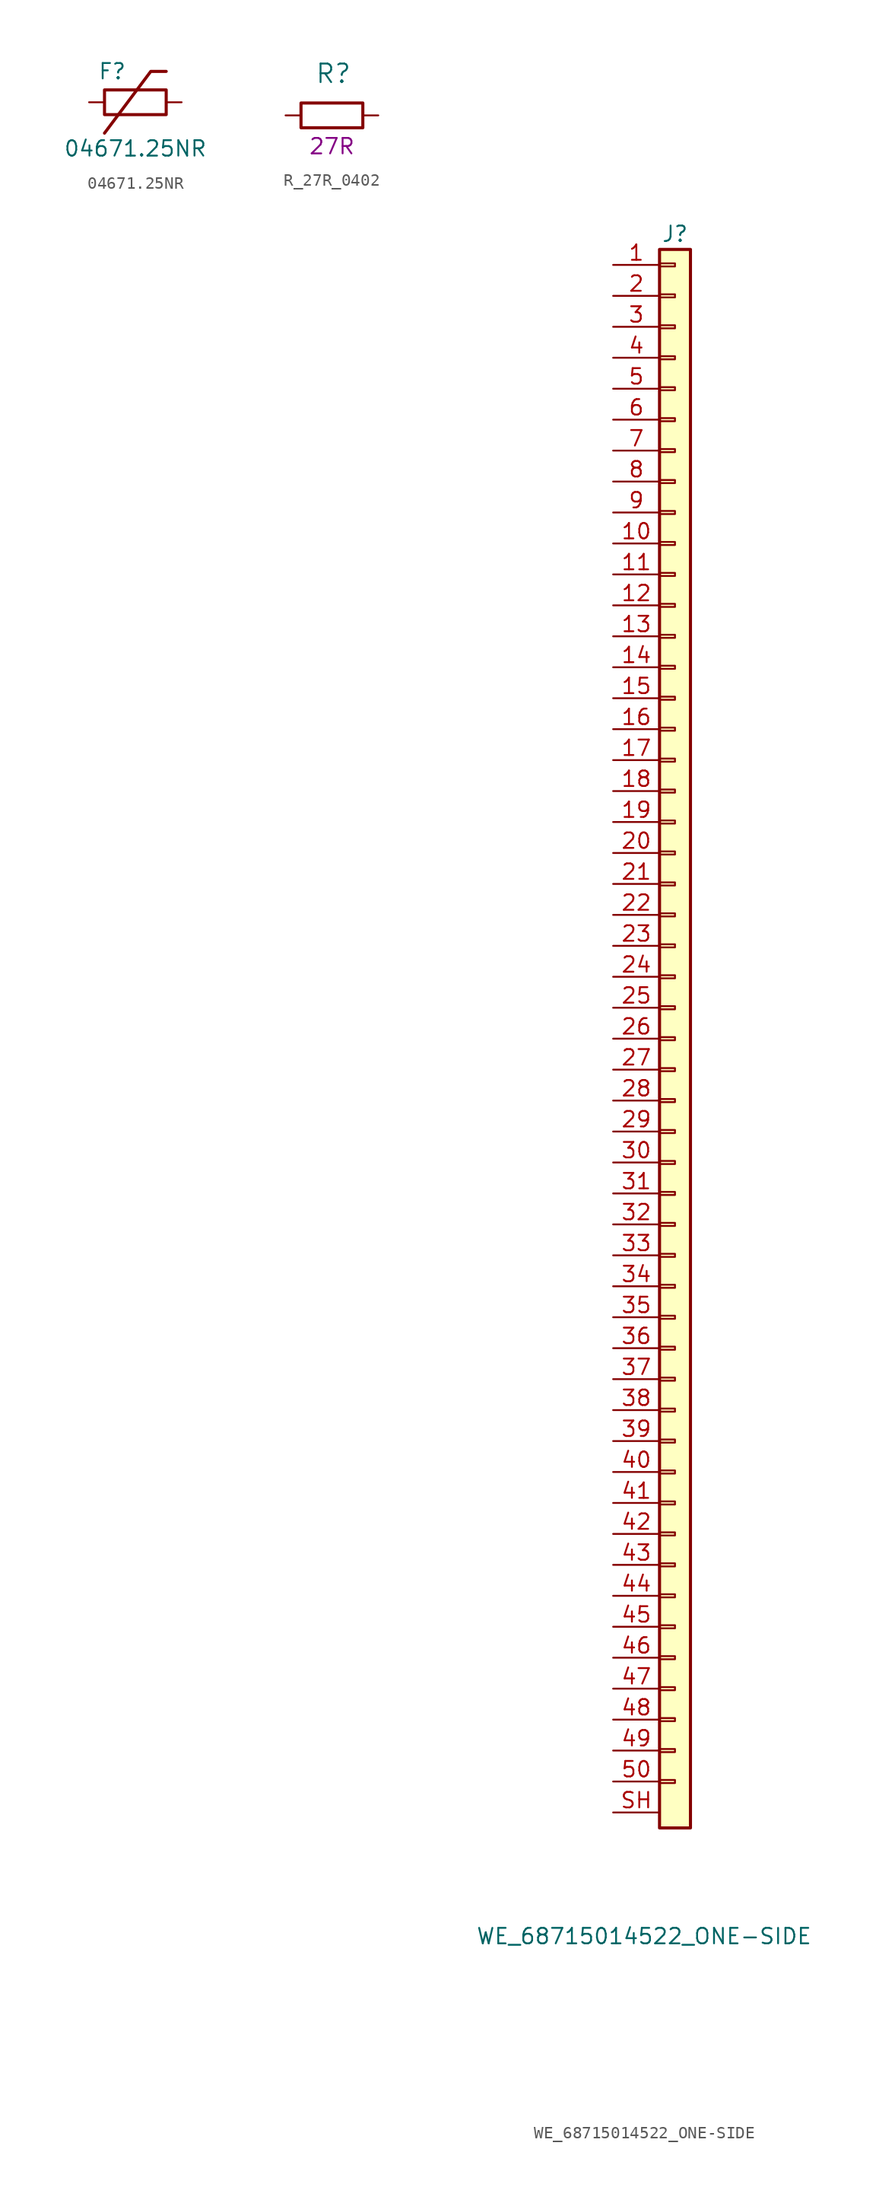
<source format=kicad_sym>
(kicad_symbol_lib
  (version 20211014)
  (generator kicad_symbol_editor)
  (symbol "04671.25NR"
    (pin_names
      (offset 1.016))
    (property "Reference" "F"
      (at -1.905 2.54 0)
      (effects (font (size 1.27 1.27))))
    (property "Value" "04671.25NR"
      (at 0 -3.81 0)
      (effects (font (size 1.27 1.27))))
    (symbol "04671.25NR_0_1"
      (polyline (pts (xy 2.54 2.54) (xy 1.27 2.54) (xy -2.54 -2.54)) (stroke (width 0.254) (type default) (color 0 0 0 0)) (fill (type none))))
    (symbol "04671.25NR_1_1"
      (rectangle (start 2.54 -1.016) (end -2.54 1.016) (stroke (width 0.254) (type default) (color 0 0 0 0)) (fill (type none)))
      (pin passive line (at -3.81 0 0) (length 1.27) (name "~" (effects (font (size 0 0)))) (number "1" (effects (font (size 0 0)))))
      (pin passive line (at 3.81 0 180) (length 1.27) (name "~" (effects (font (size 0 0)))) (number "2" (effects (font (size 0 0)))))))
  (symbol "R_27R_0402"
    (pin_names
      (offset 0))
    (property "Reference" "R"
      (at -1.397 3.429 0)
      (effects (font (size 1.524 1.524)) (justify left)))
    (property "Val" "27R"
      (at 0 -2.54 0)
      (effects (font (size 1.27 1.27))))
    (symbol "R_27R_0402_1_1"
      (rectangle (start 2.54 -1.016) (end -2.54 1.016) (stroke (width 0.254) (type default) (color 0 0 0 0)) (fill (type none)))
      (pin passive line (at -3.81 0 0) (length 1.27) (name "~" (effects (font (size 0 0)))) (number "1" (effects (font (size 0 0)))))
      (pin passive line (at 3.81 0 180) (length 1.27) (name "~" (effects (font (size 0 0)))) (number "2" (effects (font (size 0 0)))))))
  (symbol "WE_68715014522_ONE-SIDE"
    (pin_names
      (offset 1.016) hide)
    (property "Reference" "J"
      (at 0 43.18 0)
      (effects (font (size 1.27 1.27))))
    (property "Value" "WE_68715014522_ONE-SIDE"
      (at -2.54 -96.52 0)
      (effects (font (size 1.27 1.27))))
    (symbol "WE_68715014522_ONE-SIDE_1_1"
      (rectangle (start -1.27 -83.693) (end 0 -83.947) (stroke (width 0.152) (type default) (color 0 0 0 0)) (fill (type none)))
      (rectangle (start -1.27 -81.153) (end 0 -81.407) (stroke (width 0.152) (type default) (color 0 0 0 0)) (fill (type none)))
      (rectangle (start -1.27 -78.613) (end 0 -78.867) (stroke (width 0.152) (type default) (color 0 0 0 0)) (fill (type none)))
      (rectangle (start -1.27 -76.073) (end 0 -76.327) (stroke (width 0.152) (type default) (color 0 0 0 0)) (fill (type none)))
      (rectangle (start -1.27 -73.533) (end 0 -73.787) (stroke (width 0.152) (type default) (color 0 0 0 0)) (fill (type none)))
      (rectangle (start -1.27 -70.993) (end 0 -71.247) (stroke (width 0.152) (type default) (color 0 0 0 0)) (fill (type none)))
      (rectangle (start -1.27 -68.453) (end 0 -68.707) (stroke (width 0.152) (type default) (color 0 0 0 0)) (fill (type none)))
      (rectangle (start -1.27 -65.913) (end 0 -66.167) (stroke (width 0.152) (type default) (color 0 0 0 0)) (fill (type none)))
      (rectangle (start -1.27 -63.373) (end 0 -63.627) (stroke (width 0.152) (type default) (color 0 0 0 0)) (fill (type none)))
      (rectangle (start -1.27 -60.833) (end 0 -61.087) (stroke (width 0.152) (type default) (color 0 0 0 0)) (fill (type none)))
      (rectangle (start -1.27 -58.293) (end 0 -58.547) (stroke (width 0.152) (type default) (color 0 0 0 0)) (fill (type none)))
      (rectangle (start -1.27 -55.753) (end 0 -56.007) (stroke (width 0.152) (type default) (color 0 0 0 0)) (fill (type none)))
      (rectangle (start -1.27 -53.213) (end 0 -53.467) (stroke (width 0.152) (type default) (color 0 0 0 0)) (fill (type none)))
      (rectangle (start -1.27 -50.673) (end 0 -50.927) (stroke (width 0.152) (type default) (color 0 0 0 0)) (fill (type none)))
      (rectangle (start -1.27 -48.133) (end 0 -48.387) (stroke (width 0.152) (type default) (color 0 0 0 0)) (fill (type none)))
      (rectangle (start -1.27 -45.593) (end 0 -45.847) (stroke (width 0.152) (type default) (color 0 0 0 0)) (fill (type none)))
      (rectangle (start -1.27 -43.053) (end 0 -43.307) (stroke (width 0.152) (type default) (color 0 0 0 0)) (fill (type none)))
      (rectangle (start -1.27 -40.513) (end 0 -40.767) (stroke (width 0.152) (type default) (color 0 0 0 0)) (fill (type none)))
      (rectangle (start -1.27 -37.973) (end 0 -38.227) (stroke (width 0.152) (type default) (color 0 0 0 0)) (fill (type none)))
      (rectangle (start -1.27 -35.433) (end 0 -35.687) (stroke (width 0.152) (type default) (color 0 0 0 0)) (fill (type none)))
      (rectangle (start -1.27 -32.893) (end 0 -33.147) (stroke (width 0.152) (type default) (color 0 0 0 0)) (fill (type none)))
      (rectangle (start -1.27 -30.353) (end 0 -30.607) (stroke (width 0.152) (type default) (color 0 0 0 0)) (fill (type none)))
      (rectangle (start -1.27 -27.813) (end 0 -28.067) (stroke (width 0.152) (type default) (color 0 0 0 0)) (fill (type none)))
      (rectangle (start -1.27 -25.273) (end 0 -25.527) (stroke (width 0.152) (type default) (color 0 0 0 0)) (fill (type none)))
      (rectangle (start -1.27 -22.733) (end 0 -22.987) (stroke (width 0.152) (type default) (color 0 0 0 0)) (fill (type none)))
      (rectangle (start -1.27 -20.193) (end 0 -20.447) (stroke (width 0.152) (type default) (color 0 0 0 0)) (fill (type none)))
      (rectangle (start -1.27 -17.653) (end 0 -17.907) (stroke (width 0.152) (type default) (color 0 0 0 0)) (fill (type none)))
      (rectangle (start -1.27 -15.113) (end 0 -15.367) (stroke (width 0.152) (type default) (color 0 0 0 0)) (fill (type none)))
      (rectangle (start -1.27 -12.573) (end 0 -12.827) (stroke (width 0.152) (type default) (color 0 0 0 0)) (fill (type none)))
      (rectangle (start -1.27 -10.033) (end 0 -10.287) (stroke (width 0.152) (type default) (color 0 0 0 0)) (fill (type none)))
      (rectangle (start -1.27 -7.493) (end 0 -7.747) (stroke (width 0.152) (type default) (color 0 0 0 0)) (fill (type none)))
      (rectangle (start -1.27 -4.953) (end 0 -5.207) (stroke (width 0.152) (type default) (color 0 0 0 0)) (fill (type none)))
      (rectangle (start -1.27 -2.413) (end 0 -2.667) (stroke (width 0.152) (type default) (color 0 0 0 0)) (fill (type none)))
      (rectangle (start -1.27 0.127) (end 0 -0.127) (stroke (width 0.152) (type default) (color 0 0 0 0)) (fill (type none)))
      (rectangle (start -1.27 2.667) (end 0 2.413) (stroke (width 0.152) (type default) (color 0 0 0 0)) (fill (type none)))
      (rectangle (start -1.27 5.207) (end 0 4.953) (stroke (width 0.152) (type default) (color 0 0 0 0)) (fill (type none)))
      (rectangle (start -1.27 7.747) (end 0 7.493) (stroke (width 0.152) (type default) (color 0 0 0 0)) (fill (type none)))
      (rectangle (start -1.27 10.287) (end 0 10.033) (stroke (width 0.152) (type default) (color 0 0 0 0)) (fill (type none)))
      (rectangle (start -1.27 12.827) (end 0 12.573) (stroke (width 0.152) (type default) (color 0 0 0 0)) (fill (type none)))
      (rectangle (start -1.27 15.367) (end 0 15.113) (stroke (width 0.152) (type default) (color 0 0 0 0)) (fill (type none)))
      (rectangle (start -1.27 17.907) (end 0 17.653) (stroke (width 0.152) (type default) (color 0 0 0 0)) (fill (type none)))
      (rectangle (start -1.27 20.447) (end 0 20.193) (stroke (width 0.152) (type default) (color 0 0 0 0)) (fill (type none)))
      (rectangle (start -1.27 22.987) (end 0 22.733) (stroke (width 0.152) (type default) (color 0 0 0 0)) (fill (type none)))
      (rectangle (start -1.27 25.527) (end 0 25.273) (stroke (width 0.152) (type default) (color 0 0 0 0)) (fill (type none)))
      (rectangle (start -1.27 28.067) (end 0 27.813) (stroke (width 0.152) (type default) (color 0 0 0 0)) (fill (type none)))
      (rectangle (start -1.27 30.607) (end 0 30.353) (stroke (width 0.152) (type default) (color 0 0 0 0)) (fill (type none)))
      (rectangle (start -1.27 33.147) (end 0 32.893) (stroke (width 0.152) (type default) (color 0 0 0 0)) (fill (type none)))
      (rectangle (start -1.27 35.687) (end 0 35.433) (stroke (width 0.152) (type default) (color 0 0 0 0)) (fill (type none)))
      (rectangle (start -1.27 38.227) (end 0 37.973) (stroke (width 0.152) (type default) (color 0 0 0 0)) (fill (type none)))
      (rectangle (start -1.27 40.767) (end 0 40.513) (stroke (width 0.152) (type default) (color 0 0 0 0)) (fill (type none)))
      (rectangle (start -1.27 41.91) (end 1.27 -87.63) (stroke (width 0.254) (type default) (color 0 0 0 0)) (fill (type background)))
      (pin passive line (at -5.08 40.64 0) (length 3.81) (name "Pin_1" (effects (font (size 1.27 1.27)))) (number "1" (effects (font (size 1.27 1.27)))))
      (pin passive line (at -5.08 17.78 0) (length 3.81) (name "Pin_10" (effects (font (size 1.27 1.27)))) (number "10" (effects (font (size 1.27 1.27)))))
      (pin passive line (at -5.08 15.24 0) (length 3.81) (name "Pin_11" (effects (font (size 1.27 1.27)))) (number "11" (effects (font (size 1.27 1.27)))))
      (pin passive line (at -5.08 12.7 0) (length 3.81) (name "Pin_12" (effects (font (size 1.27 1.27)))) (number "12" (effects (font (size 1.27 1.27)))))
      (pin passive line (at -5.08 10.16 0) (length 3.81) (name "Pin_13" (effects (font (size 1.27 1.27)))) (number "13" (effects (font (size 1.27 1.27)))))
      (pin passive line (at -5.08 7.62 0) (length 3.81) (name "Pin_14" (effects (font (size 1.27 1.27)))) (number "14" (effects (font (size 1.27 1.27)))))
      (pin passive line (at -5.08 5.08 0) (length 3.81) (name "Pin_15" (effects (font (size 1.27 1.27)))) (number "15" (effects (font (size 1.27 1.27)))))
      (pin passive line (at -5.08 2.54 0) (length 3.81) (name "Pin_16" (effects (font (size 1.27 1.27)))) (number "16" (effects (font (size 1.27 1.27)))))
      (pin passive line (at -5.08 0 0) (length 3.81) (name "Pin_17" (effects (font (size 1.27 1.27)))) (number "17" (effects (font (size 1.27 1.27)))))
      (pin passive line (at -5.08 -2.54 0) (length 3.81) (name "Pin_18" (effects (font (size 1.27 1.27)))) (number "18" (effects (font (size 1.27 1.27)))))
      (pin passive line (at -5.08 -5.08 0) (length 3.81) (name "Pin_19" (effects (font (size 1.27 1.27)))) (number "19" (effects (font (size 1.27 1.27)))))
      (pin passive line (at -5.08 38.1 0) (length 3.81) (name "Pin_2" (effects (font (size 1.27 1.27)))) (number "2" (effects (font (size 1.27 1.27)))))
      (pin passive line (at -5.08 -7.62 0) (length 3.81) (name "Pin_20" (effects (font (size 1.27 1.27)))) (number "20" (effects (font (size 1.27 1.27)))))
      (pin passive line (at -5.08 -10.16 0) (length 3.81) (name "Pin_21" (effects (font (size 1.27 1.27)))) (number "21" (effects (font (size 1.27 1.27)))))
      (pin passive line (at -5.08 -12.7 0) (length 3.81) (name "Pin_22" (effects (font (size 1.27 1.27)))) (number "22" (effects (font (size 1.27 1.27)))))
      (pin passive line (at -5.08 -15.24 0) (length 3.81) (name "Pin_23" (effects (font (size 1.27 1.27)))) (number "23" (effects (font (size 1.27 1.27)))))
      (pin passive line (at -5.08 -17.78 0) (length 3.81) (name "Pin_24" (effects (font (size 1.27 1.27)))) (number "24" (effects (font (size 1.27 1.27)))))
      (pin passive line (at -5.08 -20.32 0) (length 3.81) (name "Pin_25" (effects (font (size 1.27 1.27)))) (number "25" (effects (font (size 1.27 1.27)))))
      (pin passive line (at -5.08 -22.86 0) (length 3.81) (name "Pin_26" (effects (font (size 1.27 1.27)))) (number "26" (effects (font (size 1.27 1.27)))))
      (pin passive line (at -5.08 -25.4 0) (length 3.81) (name "Pin_27" (effects (font (size 1.27 1.27)))) (number "27" (effects (font (size 1.27 1.27)))))
      (pin passive line (at -5.08 -27.94 0) (length 3.81) (name "Pin_28" (effects (font (size 1.27 1.27)))) (number "28" (effects (font (size 1.27 1.27)))))
      (pin passive line (at -5.08 -30.48 0) (length 3.81) (name "Pin_29" (effects (font (size 1.27 1.27)))) (number "29" (effects (font (size 1.27 1.27)))))
      (pin passive line (at -5.08 35.56 0) (length 3.81) (name "Pin_3" (effects (font (size 1.27 1.27)))) (number "3" (effects (font (size 1.27 1.27)))))
      (pin passive line (at -5.08 -33.02 0) (length 3.81) (name "Pin_30" (effects (font (size 1.27 1.27)))) (number "30" (effects (font (size 1.27 1.27)))))
      (pin passive line (at -5.08 -35.56 0) (length 3.81) (name "Pin_31" (effects (font (size 1.27 1.27)))) (number "31" (effects (font (size 1.27 1.27)))))
      (pin passive line (at -5.08 -38.1 0) (length 3.81) (name "Pin_32" (effects (font (size 1.27 1.27)))) (number "32" (effects (font (size 1.27 1.27)))))
      (pin passive line (at -5.08 -40.64 0) (length 3.81) (name "Pin_33" (effects (font (size 1.27 1.27)))) (number "33" (effects (font (size 1.27 1.27)))))
      (pin passive line (at -5.08 -43.18 0) (length 3.81) (name "Pin_34" (effects (font (size 1.27 1.27)))) (number "34" (effects (font (size 1.27 1.27)))))
      (pin passive line (at -5.08 -45.72 0) (length 3.81) (name "Pin_35" (effects (font (size 1.27 1.27)))) (number "35" (effects (font (size 1.27 1.27)))))
      (pin passive line (at -5.08 -48.26 0) (length 3.81) (name "Pin_36" (effects (font (size 1.27 1.27)))) (number "36" (effects (font (size 1.27 1.27)))))
      (pin passive line (at -5.08 -50.8 0) (length 3.81) (name "Pin_37" (effects (font (size 1.27 1.27)))) (number "37" (effects (font (size 1.27 1.27)))))
      (pin passive line (at -5.08 -53.34 0) (length 3.81) (name "Pin_38" (effects (font (size 1.27 1.27)))) (number "38" (effects (font (size 1.27 1.27)))))
      (pin passive line (at -5.08 -55.88 0) (length 3.81) (name "Pin_39" (effects (font (size 1.27 1.27)))) (number "39" (effects (font (size 1.27 1.27)))))
      (pin passive line (at -5.08 33.02 0) (length 3.81) (name "Pin_4" (effects (font (size 1.27 1.27)))) (number "4" (effects (font (size 1.27 1.27)))))
      (pin passive line (at -5.08 -58.42 0) (length 3.81) (name "Pin_40" (effects (font (size 1.27 1.27)))) (number "40" (effects (font (size 1.27 1.27)))))
      (pin passive line (at -5.08 -60.96 0) (length 3.81) (name "Pin_41" (effects (font (size 1.27 1.27)))) (number "41" (effects (font (size 1.27 1.27)))))
      (pin passive line (at -5.08 -63.5 0) (length 3.81) (name "Pin_42" (effects (font (size 1.27 1.27)))) (number "42" (effects (font (size 1.27 1.27)))))
      (pin passive line (at -5.08 -66.04 0) (length 3.81) (name "Pin_43" (effects (font (size 1.27 1.27)))) (number "43" (effects (font (size 1.27 1.27)))))
      (pin passive line (at -5.08 -68.58 0) (length 3.81) (name "Pin_44" (effects (font (size 1.27 1.27)))) (number "44" (effects (font (size 1.27 1.27)))))
      (pin passive line (at -5.08 -71.12 0) (length 3.81) (name "Pin_45" (effects (font (size 1.27 1.27)))) (number "45" (effects (font (size 1.27 1.27)))))
      (pin passive line (at -5.08 -73.66 0) (length 3.81) (name "Pin_46" (effects (font (size 1.27 1.27)))) (number "46" (effects (font (size 1.27 1.27)))))
      (pin passive line (at -5.08 -76.2 0) (length 3.81) (name "Pin_47" (effects (font (size 1.27 1.27)))) (number "47" (effects (font (size 1.27 1.27)))))
      (pin passive line (at -5.08 -78.74 0) (length 3.81) (name "Pin_48" (effects (font (size 1.27 1.27)))) (number "48" (effects (font (size 1.27 1.27)))))
      (pin passive line (at -5.08 -81.28 0) (length 3.81) (name "Pin_49" (effects (font (size 1.27 1.27)))) (number "49" (effects (font (size 1.27 1.27)))))
      (pin passive line (at -5.08 30.48 0) (length 3.81) (name "Pin_5" (effects (font (size 1.27 1.27)))) (number "5" (effects (font (size 1.27 1.27)))))
      (pin passive line (at -5.08 -83.82 0) (length 3.81) (name "Pin_50" (effects (font (size 1.27 1.27)))) (number "50" (effects (font (size 1.27 1.27)))))
      (pin passive line (at -5.08 27.94 0) (length 3.81) (name "Pin_6" (effects (font (size 1.27 1.27)))) (number "6" (effects (font (size 1.27 1.27)))))
      (pin passive line (at -5.08 25.4 0) (length 3.81) (name "Pin_7" (effects (font (size 1.27 1.27)))) (number "7" (effects (font (size 1.27 1.27)))))
      (pin passive line (at -5.08 22.86 0) (length 3.81) (name "Pin_8" (effects (font (size 1.27 1.27)))) (number "8" (effects (font (size 1.27 1.27)))))
      (pin passive line (at -5.08 20.32 0) (length 3.81) (name "Pin_9" (effects (font (size 1.27 1.27)))) (number "9" (effects (font (size 1.27 1.27)))))
      (pin passive line (at -5.08 -86.36 0) (length 3.81) (name "SHLD" (effects (font (size 1.27 1.27)))) (number "SH" (effects (font (size 1.27 1.27))))))))
</source>
